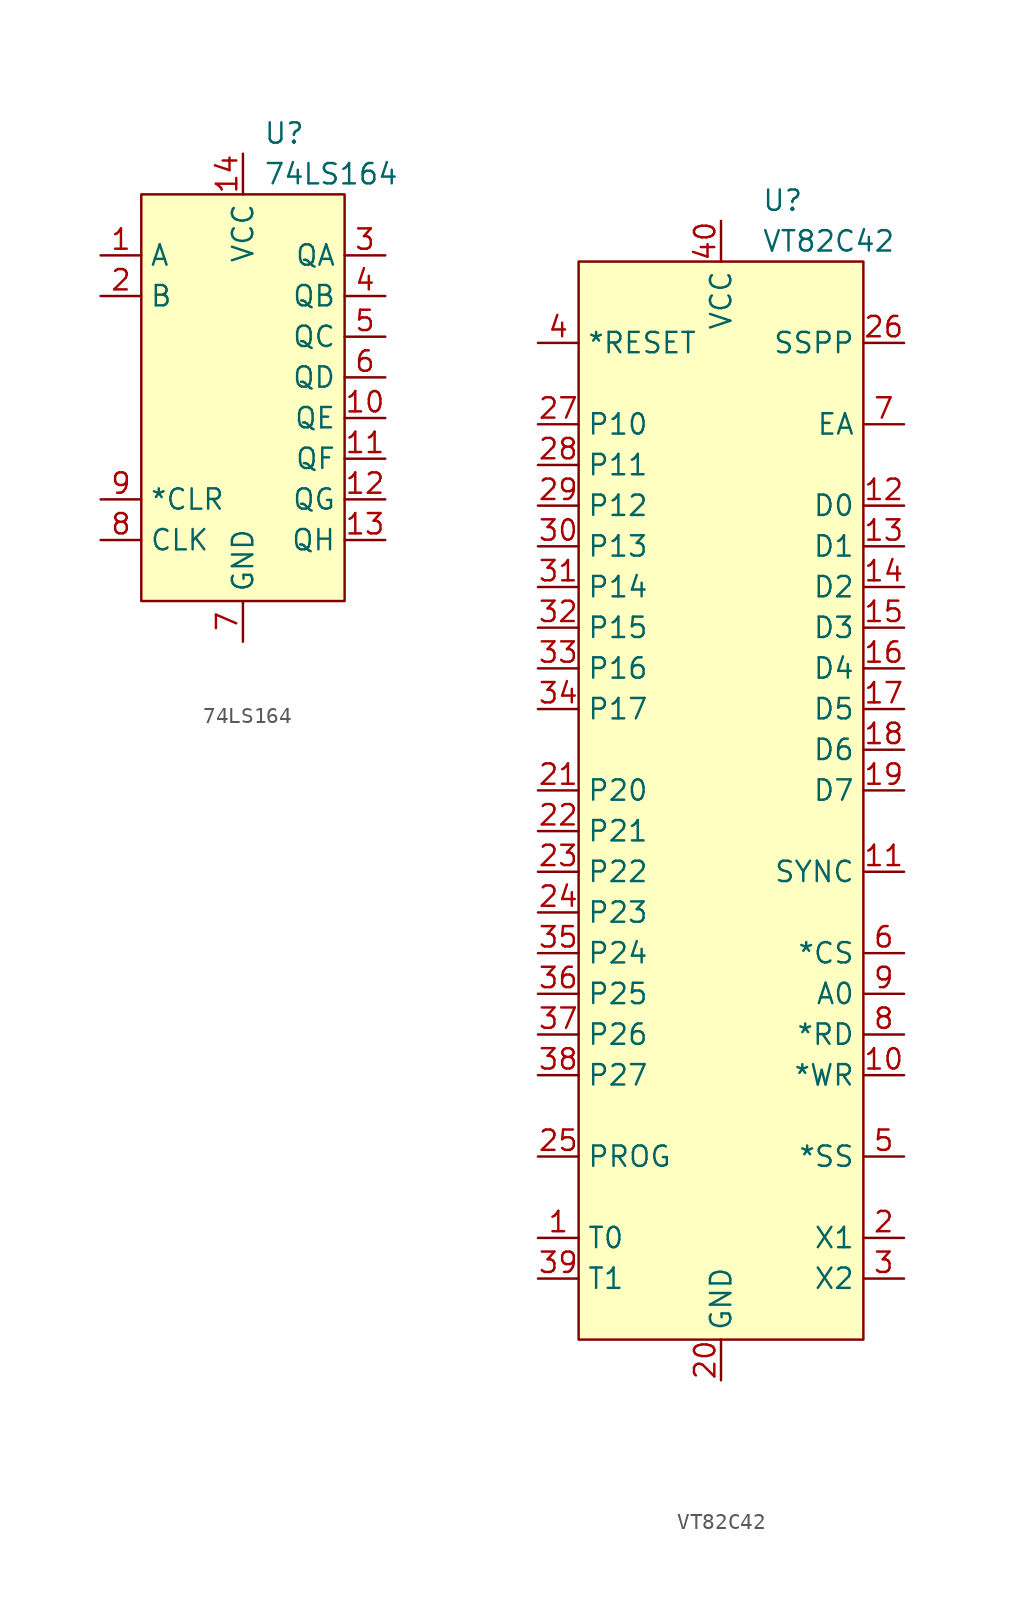
<source format=kicad_sym>
(kicad_symbol_lib
  (version 20211014)
  (generator kicad_symbol_editor)
  (symbol "74LS164"
    (property "Reference" "U"
      (at 1.27 3.81 0)
      (effects (font (size 1.27 1.27)) (justify left)))
    (property "Value" "74LS164"
      (at 1.27 1.27 0)
      (effects (font (size 1.27 1.27)) (justify left)))
    (symbol "74LS164_0_1"
      (rectangle (start -6.35 0) (end 6.35 -25.4) (stroke (width 0.152) (type default) (color 0 0 0 0)) (fill (type background))))
    (symbol "74LS164_1_1"
      (pin input line (at -8.89 -3.81 0) (length 2.54) (name "A" (effects (font (size 1.27 1.27)))) (number "1" (effects (font (size 1.27 1.27)))))
      (pin output line (at 8.89 -13.97 180) (length 2.54) (name "QE" (effects (font (size 1.27 1.27)))) (number "10" (effects (font (size 1.27 1.27)))))
      (pin output line (at 8.89 -16.51 180) (length 2.54) (name "QF" (effects (font (size 1.27 1.27)))) (number "11" (effects (font (size 1.27 1.27)))))
      (pin output line (at 8.89 -19.05 180) (length 2.54) (name "QG" (effects (font (size 1.27 1.27)))) (number "12" (effects (font (size 1.27 1.27)))))
      (pin output line (at 8.89 -21.59 180) (length 2.54) (name "QH" (effects (font (size 1.27 1.27)))) (number "13" (effects (font (size 1.27 1.27)))))
      (pin power_in line (at 0 2.54 270) (length 2.54) (name "VCC" (effects (font (size 1.27 1.27)))) (number "14" (effects (font (size 1.27 1.27)))))
      (pin input line (at -8.89 -6.35 0) (length 2.54) (name "B" (effects (font (size 1.27 1.27)))) (number "2" (effects (font (size 1.27 1.27)))))
      (pin output line (at 8.89 -3.81 180) (length 2.54) (name "QA" (effects (font (size 1.27 1.27)))) (number "3" (effects (font (size 1.27 1.27)))))
      (pin output line (at 8.89 -6.35 180) (length 2.54) (name "QB" (effects (font (size 1.27 1.27)))) (number "4" (effects (font (size 1.27 1.27)))))
      (pin output line (at 8.89 -8.89 180) (length 2.54) (name "QC" (effects (font (size 1.27 1.27)))) (number "5" (effects (font (size 1.27 1.27)))))
      (pin output line (at 8.89 -11.43 180) (length 2.54) (name "QD" (effects (font (size 1.27 1.27)))) (number "6" (effects (font (size 1.27 1.27)))))
      (pin power_in line (at 0 -27.94 90) (length 2.54) (name "GND" (effects (font (size 1.27 1.27)))) (number "7" (effects (font (size 1.27 1.27)))))
      (pin input line (at -8.89 -21.59 0) (length 2.54) (name "CLK" (effects (font (size 1.27 1.27)))) (number "8" (effects (font (size 1.27 1.27)))))
      (pin input line (at -8.89 -19.05 0) (length 2.54) (name "*CLR" (effects (font (size 1.27 1.27)))) (number "9" (effects (font (size 1.27 1.27)))))))
  (symbol "VT82C42"
    (property "Reference" "U"
      (at 2.54 3.81 0)
      (effects (font (size 1.27 1.27)) (justify left)))
    (property "Value" "VT82C42"
      (at 2.54 1.27 0)
      (effects (font (size 1.27 1.27)) (justify left)))
    (symbol "VT82C42_0_1"
      (rectangle (start -8.89 0) (end 8.89 -67.31) (stroke (width 0.152) (type default) (color 0 0 0 0)) (fill (type background))))
    (symbol "VT82C42_1_1"
      (pin input line (at -11.43 -60.96 0) (length 2.54) (name "T0" (effects (font (size 1.27 1.27)))) (number "1" (effects (font (size 1.27 1.27)))))
      (pin input line (at 11.43 -50.8 180) (length 2.54) (name "*WR" (effects (font (size 1.27 1.27)))) (number "10" (effects (font (size 1.27 1.27)))))
      (pin output line (at 11.43 -38.1 180) (length 2.54) (name "SYNC" (effects (font (size 1.27 1.27)))) (number "11" (effects (font (size 1.27 1.27)))))
      (pin bidirectional line (at 11.43 -15.24 180) (length 2.54) (name "D0" (effects (font (size 1.27 1.27)))) (number "12" (effects (font (size 1.27 1.27)))))
      (pin bidirectional line (at 11.43 -17.78 180) (length 2.54) (name "D1" (effects (font (size 1.27 1.27)))) (number "13" (effects (font (size 1.27 1.27)))))
      (pin bidirectional line (at 11.43 -20.32 180) (length 2.54) (name "D2" (effects (font (size 1.27 1.27)))) (number "14" (effects (font (size 1.27 1.27)))))
      (pin bidirectional line (at 11.43 -22.86 180) (length 2.54) (name "D3" (effects (font (size 1.27 1.27)))) (number "15" (effects (font (size 1.27 1.27)))))
      (pin bidirectional line (at 11.43 -25.4 180) (length 2.54) (name "D4" (effects (font (size 1.27 1.27)))) (number "16" (effects (font (size 1.27 1.27)))))
      (pin bidirectional line (at 11.43 -27.94 180) (length 2.54) (name "D5" (effects (font (size 1.27 1.27)))) (number "17" (effects (font (size 1.27 1.27)))))
      (pin bidirectional line (at 11.43 -30.48 180) (length 2.54) (name "D6" (effects (font (size 1.27 1.27)))) (number "18" (effects (font (size 1.27 1.27)))))
      (pin bidirectional line (at 11.43 -33.02 180) (length 2.54) (name "D7" (effects (font (size 1.27 1.27)))) (number "19" (effects (font (size 1.27 1.27)))))
      (pin input line (at 11.43 -60.96 180) (length 2.54) (name "X1" (effects (font (size 1.27 1.27)))) (number "2" (effects (font (size 1.27 1.27)))))
      (pin power_in line (at 0 -69.85 90) (length 2.54) (name "GND" (effects (font (size 1.27 1.27)))) (number "20" (effects (font (size 1.27 1.27)))))
      (pin output line (at -11.43 -33.02 0) (length 2.54) (name "P20" (effects (font (size 1.27 1.27)))) (number "21" (effects (font (size 1.27 1.27)))))
      (pin output line (at -11.43 -35.56 0) (length 2.54) (name "P21" (effects (font (size 1.27 1.27)))) (number "22" (effects (font (size 1.27 1.27)))))
      (pin output line (at -11.43 -38.1 0) (length 2.54) (name "P22" (effects (font (size 1.27 1.27)))) (number "23" (effects (font (size 1.27 1.27)))))
      (pin output line (at -11.43 -40.64 0) (length 2.54) (name "P23" (effects (font (size 1.27 1.27)))) (number "24" (effects (font (size 1.27 1.27)))))
      (pin input line (at -11.43 -55.88 0) (length 2.54) (name "PROG" (effects (font (size 1.27 1.27)))) (number "25" (effects (font (size 1.27 1.27)))))
      (pin input line (at 11.43 -5.08 180) (length 2.54) (name "SSPP" (effects (font (size 1.27 1.27)))) (number "26" (effects (font (size 1.27 1.27)))))
      (pin bidirectional line (at -11.43 -10.16 0) (length 2.54) (name "P10" (effects (font (size 1.27 1.27)))) (number "27" (effects (font (size 1.27 1.27)))))
      (pin bidirectional line (at -11.43 -12.7 0) (length 2.54) (name "P11" (effects (font (size 1.27 1.27)))) (number "28" (effects (font (size 1.27 1.27)))))
      (pin bidirectional line (at -11.43 -15.24 0) (length 2.54) (name "P12" (effects (font (size 1.27 1.27)))) (number "29" (effects (font (size 1.27 1.27)))))
      (pin input line (at 11.43 -63.5 180) (length 2.54) (name "X2" (effects (font (size 1.27 1.27)))) (number "3" (effects (font (size 1.27 1.27)))))
      (pin bidirectional line (at -11.43 -17.78 0) (length 2.54) (name "P13" (effects (font (size 1.27 1.27)))) (number "30" (effects (font (size 1.27 1.27)))))
      (pin bidirectional line (at -11.43 -20.32 0) (length 2.54) (name "P14" (effects (font (size 1.27 1.27)))) (number "31" (effects (font (size 1.27 1.27)))))
      (pin bidirectional line (at -11.43 -22.86 0) (length 2.54) (name "P15" (effects (font (size 1.27 1.27)))) (number "32" (effects (font (size 1.27 1.27)))))
      (pin input line (at -11.43 -25.4 0) (length 2.54) (name "P16" (effects (font (size 1.27 1.27)))) (number "33" (effects (font (size 1.27 1.27)))))
      (pin input line (at -11.43 -27.94 0) (length 2.54) (name "P17" (effects (font (size 1.27 1.27)))) (number "34" (effects (font (size 1.27 1.27)))))
      (pin output line (at -11.43 -43.18 0) (length 2.54) (name "P24" (effects (font (size 1.27 1.27)))) (number "35" (effects (font (size 1.27 1.27)))))
      (pin output line (at -11.43 -45.72 0) (length 2.54) (name "P25" (effects (font (size 1.27 1.27)))) (number "36" (effects (font (size 1.27 1.27)))))
      (pin output line (at -11.43 -48.26 0) (length 2.54) (name "P26" (effects (font (size 1.27 1.27)))) (number "37" (effects (font (size 1.27 1.27)))))
      (pin output line (at -11.43 -50.8 0) (length 2.54) (name "P27" (effects (font (size 1.27 1.27)))) (number "38" (effects (font (size 1.27 1.27)))))
      (pin input line (at -11.43 -63.5 0) (length 2.54) (name "T1" (effects (font (size 1.27 1.27)))) (number "39" (effects (font (size 1.27 1.27)))))
      (pin input line (at -11.43 -5.08 0) (length 2.54) (name "*RESET" (effects (font (size 1.27 1.27)))) (number "4" (effects (font (size 1.27 1.27)))))
      (pin power_in line (at 0 2.54 270) (length 2.54) (name "VCC" (effects (font (size 1.27 1.27)))) (number "40" (effects (font (size 1.27 1.27)))))
      (pin input line (at 11.43 -55.88 180) (length 2.54) (name "*SS" (effects (font (size 1.27 1.27)))) (number "5" (effects (font (size 1.27 1.27)))))
      (pin input line (at 11.43 -43.18 180) (length 2.54) (name "*CS" (effects (font (size 1.27 1.27)))) (number "6" (effects (font (size 1.27 1.27)))))
      (pin input line (at 11.43 -10.16 180) (length 2.54) (name "EA" (effects (font (size 1.27 1.27)))) (number "7" (effects (font (size 1.27 1.27)))))
      (pin input line (at 11.43 -48.26 180) (length 2.54) (name "*RD" (effects (font (size 1.27 1.27)))) (number "8" (effects (font (size 1.27 1.27)))))
      (pin input line (at 11.43 -45.72 180) (length 2.54) (name "A0" (effects (font (size 1.27 1.27)))) (number "9" (effects (font (size 1.27 1.27))))))))
</source>
